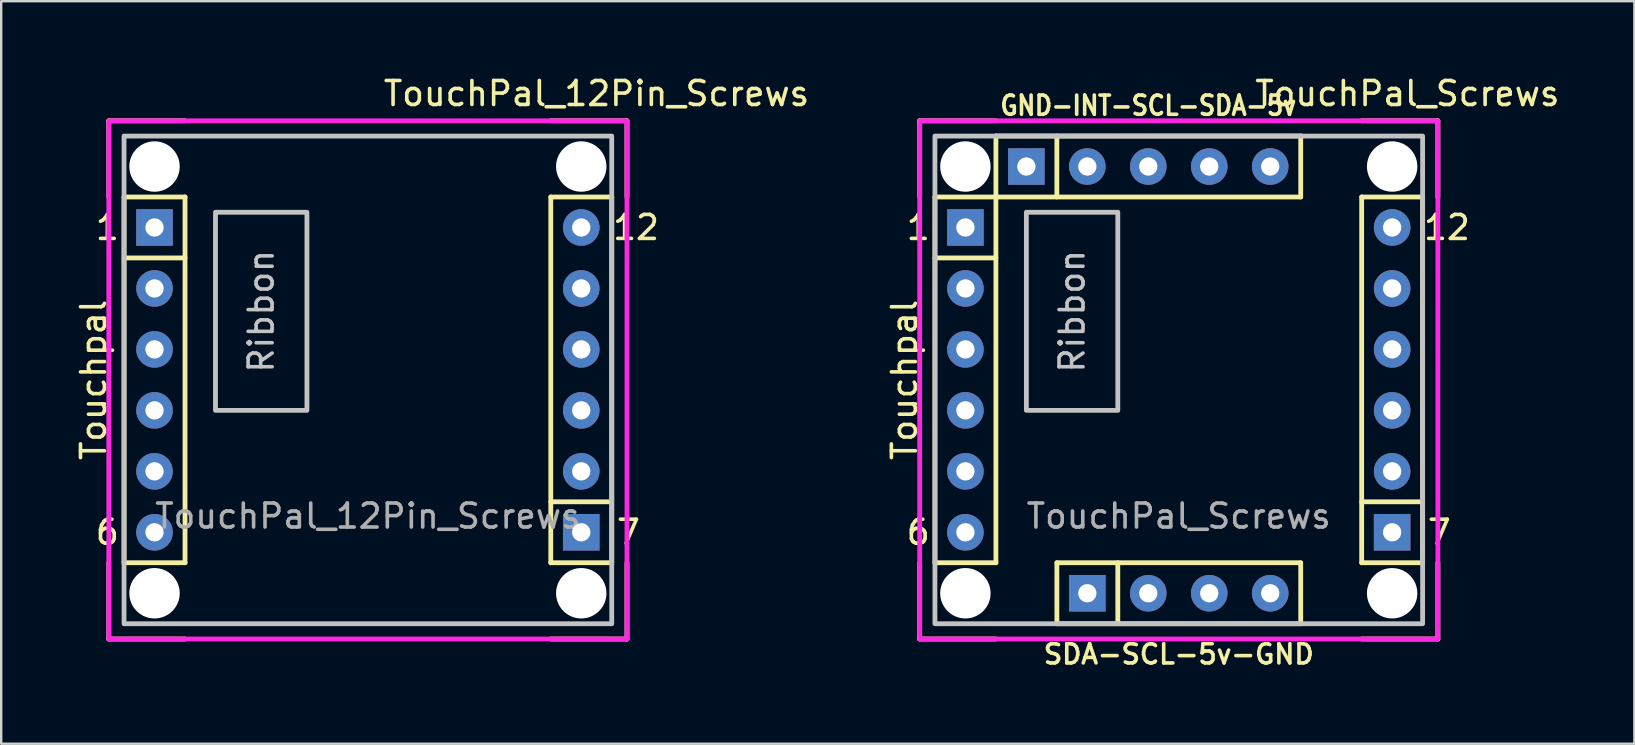
<source format=kicad_pcb>
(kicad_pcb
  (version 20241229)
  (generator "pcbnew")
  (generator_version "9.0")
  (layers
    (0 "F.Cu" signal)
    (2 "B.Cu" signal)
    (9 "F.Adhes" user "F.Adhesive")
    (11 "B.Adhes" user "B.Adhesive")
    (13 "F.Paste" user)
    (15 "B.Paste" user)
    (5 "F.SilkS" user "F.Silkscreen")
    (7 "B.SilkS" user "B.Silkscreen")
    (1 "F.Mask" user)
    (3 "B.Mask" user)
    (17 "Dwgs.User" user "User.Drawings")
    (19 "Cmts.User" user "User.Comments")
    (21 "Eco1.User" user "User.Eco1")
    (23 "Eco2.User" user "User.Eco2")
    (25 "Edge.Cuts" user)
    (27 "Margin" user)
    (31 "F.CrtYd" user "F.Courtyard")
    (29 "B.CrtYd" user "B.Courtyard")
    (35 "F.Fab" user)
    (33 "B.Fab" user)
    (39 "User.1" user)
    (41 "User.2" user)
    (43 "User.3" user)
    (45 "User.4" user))
  (footprint "TouchPal_12Pin_Screws"
    (layer "F.Cu")
    (at 12.278 12.778)
    (property "Reference" "TouchPal_12Pin_Screws" (at 9.525 -11.93 0) (unlocked yes) (layer "F.SilkS") (effects (font (size 1 1) (thickness 0.15))))
    (attr through_hole)
    (fp_line (start -10.795 -10.795) (end -10.795 -7.62) (stroke (width 0.2) (type solid)) (layer "F.SilkS"))
    (fp_line (start -10.795 10.795) (end -10.795 7.619) (stroke (width 0.2) (type solid)) (layer "F.SilkS"))
    (fp_line (start -10.16 -5.08) (end -7.62 -5.08) (stroke (width 0.2) (type solid)) (layer "F.SilkS"))
    (fp_line (start -10.159 -7.621) (end -10.159 7.619) (stroke (width 0.2) (type solid)) (layer "F.SilkS"))
    (fp_line (start -10.159 7.619) (end -7.619 7.619) (stroke (width 0.2) (type solid)) (layer "F.SilkS"))
    (fp_line (start -7.62 -10.795) (end -10.795 -10.795) (stroke (width 0.2) (type solid)) (layer "F.SilkS"))
    (fp_line (start -7.62 10.795) (end -10.795 10.795) (stroke (width 0.2) (type solid)) (layer "F.SilkS"))
    (fp_line (start -7.619 -7.621) (end -10.159 -7.621) (stroke (width 0.2) (type solid)) (layer "F.SilkS"))
    (fp_line (start -7.619 7.619) (end -7.619 -7.621) (stroke (width 0.2) (type solid)) (layer "F.SilkS"))
    (fp_line (start 7.62 -10.795) (end 10.795 -10.795) (stroke (width 0.2) (type solid)) (layer "F.SilkS"))
    (fp_line (start 7.621 -7.621) (end 7.621 7.619) (stroke (width 0.2) (type solid)) (layer "F.SilkS"))
    (fp_line (start 7.621 7.619) (end 10.161 7.619) (stroke (width 0.2) (type solid)) (layer "F.SilkS"))
    (fp_line (start 10.16 5.08) (end 7.62 5.08) (stroke (width 0.2) (type solid)) (layer "F.SilkS"))
    (fp_line (start 10.161 -7.621) (end 7.621 -7.621) (stroke (width 0.2) (type solid)) (layer "F.SilkS"))
    (fp_line (start 10.161 7.619) (end 10.161 -7.621) (stroke (width 0.2) (type solid)) (layer "F.SilkS"))
    (fp_line (start 10.795 -10.795) (end 10.795 -7.62) (stroke (width 0.2) (type solid)) (layer "F.SilkS"))
    (fp_line (start 10.795 7.619) (end 10.795 10.795) (stroke (width 0.2) (type solid)) (layer "F.SilkS"))
    (fp_line (start 10.795 10.795) (end 7.62 10.795) (stroke (width 0.2) (type solid)) (layer "F.SilkS"))
    (fp_rect (start -10.16 -10.16) (end 10.16 10.16) (stroke (width 0.2) (type solid)) (fill no) (layer "Dwgs.User"))
    (fp_rect (start -6.35 -6.985) (end -2.54 1.27) (stroke (width 0.2) (type solid)) (fill no) (layer "Dwgs.User"))
    (fp_rect (start -10.795 -10.795) (end 10.795 10.795) (stroke (width 0.2) (type solid)) (fill no) (layer "F.CrtYd"))
    (fp_text user "1" (at -11.43 -6.35 0) (unlocked yes) (layer "F.SilkS") (effects (font (size 1 1) (thickness 0.15)) (justify left)))
    (fp_text user "6" (at -11.43 6.35 0) (unlocked yes) (layer "F.SilkS") (effects (font (size 1 1) (thickness 0.15)) (justify left)))
    (fp_text user "7" (at 11.43 6.35 0) (unlocked yes) (layer "F.SilkS") (effects (font (size 1 1) (thickness 0.15)) (justify right)))
    (fp_text user "Touchpal" (at -11.43 0 90) (unlocked yes) (layer "F.SilkS") (effects (font (size 1 1) (thickness 0.15))))
    (fp_text user "12" (at 12.224 -6.35 0) (unlocked yes) (layer "F.SilkS") (effects (font (size 1 1) (thickness 0.15)) (justify right)))
    (fp_text user "Ribbon" (at -4.445 -2.857 90) (unlocked yes) (layer "Dwgs.User") (effects (font (size 1 1) (thickness 0.15))))
    (fp_text user "${REFERENCE}" (at 0 5.675 0) (unlocked yes) (layer "F.Fab") (effects (font (size 1 1) (thickness 0.15))))
    (pad "" np_thru_hole circle (at -8.89 -8.89) (size 2.1 2.1) (drill 2.1) (layers "*.Cu" "*.Mask"))
    (pad "" np_thru_hole circle (at -8.89 8.89) (size 2.1 2.1) (drill 2.1) (layers "*.Cu" "*.Mask"))
    (pad "" np_thru_hole circle (at 8.89 -8.89) (size 2.1 2.1) (drill 2.1) (layers "*.Cu" "*.Mask"))
    (pad "" np_thru_hole circle (at 8.89 8.89) (size 2.1 2.1) (drill 2.1) (layers "*.Cu" "*.Mask"))
    (pad "1" thru_hole rect (at -8.89 -6.35) (size 1.524 1.524) (drill 0.762) (layers "*.Cu" "*.Mask"))
    (pad "2" thru_hole circle (at -8.89 -3.81) (size 1.524 1.524) (drill 0.762) (layers "*.Cu" "*.Mask"))
    (pad "3" thru_hole circle (at -8.89 -1.27) (size 1.524 1.524) (drill 0.762) (layers "*.Cu" "*.Mask"))
    (pad "4" thru_hole circle (at -8.89 1.27) (size 1.524 1.524) (drill 0.762) (layers "*.Cu" "*.Mask"))
    (pad "5" thru_hole circle (at -8.89 3.81) (size 1.524 1.524) (drill 0.762) (layers "*.Cu" "*.Mask"))
    (pad "6" thru_hole circle (at -8.89 6.35) (size 1.524 1.524) (drill 0.762) (layers "*.Cu" "*.Mask"))
    (pad "7" thru_hole rect (at 8.89 6.35) (size 1.524 1.524) (drill 0.762) (layers "*.Cu" "*.Mask"))
    (pad "8" thru_hole circle (at 8.89 3.81) (size 1.524 1.524) (drill 0.762) (layers "*.Cu" "*.Mask"))
    (pad "9" thru_hole circle (at 8.89 1.27) (size 1.524 1.524) (drill 0.762) (layers "*.Cu" "*.Mask"))
    (pad "10" thru_hole circle (at 8.89 -1.27) (size 1.524 1.524) (drill 0.762) (layers "*.Cu" "*.Mask"))
    (pad "11" thru_hole circle (at 8.89 -3.81) (size 1.524 1.524) (drill 0.762) (layers "*.Cu" "*.Mask"))
    (pad "12" thru_hole circle (at 8.89 -6.35) (size 1.524 1.524) (drill 0.762) (layers "*.Cu" "*.Mask")))
  (footprint "TouchPal_Screws"
    (layer "F.Cu")
    (at 46.064 12.778)
    (property "Reference" "TouchPal_Screws" (at 9.525 -11.93 0) (unlocked yes) (layer "F.SilkS") (effects (font (size 1 1) (thickness 0.15))))
    (attr through_hole)
    (fp_line (start -10.795 -10.795) (end -10.795 -7.62) (stroke (width 0.2) (type solid)) (layer "F.SilkS"))
    (fp_line (start -10.795 10.795) (end -10.795 7.619) (stroke (width 0.2) (type solid)) (layer "F.SilkS"))
    (fp_line (start -10.16 -5.08) (end -7.62 -5.08) (stroke (width 0.2) (type solid)) (layer "F.SilkS"))
    (fp_line (start -10.159 -7.621) (end -10.159 7.619) (stroke (width 0.2) (type solid)) (layer "F.SilkS"))
    (fp_line (start -10.159 7.619) (end -7.619 7.619) (stroke (width 0.2) (type solid)) (layer "F.SilkS"))
    (fp_line (start -7.62 -10.795) (end -10.795 -10.795) (stroke (width 0.2) (type solid)) (layer "F.SilkS"))
    (fp_line (start -7.62 10.795) (end -10.795 10.795) (stroke (width 0.2) (type solid)) (layer "F.SilkS"))
    (fp_line (start -7.619 -10.161) (end -7.619 -7.621) (stroke (width 0.2) (type solid)) (layer "F.SilkS"))
    (fp_line (start -7.619 -7.621) (end -10.159 -7.621) (stroke (width 0.2) (type solid)) (layer "F.SilkS"))
    (fp_line (start -7.619 -7.621) (end 5.081 -7.621) (stroke (width 0.2) (type solid)) (layer "F.SilkS"))
    (fp_line (start -7.619 7.619) (end -7.619 -7.621) (stroke (width 0.2) (type solid)) (layer "F.SilkS"))
    (fp_line (start -5.08 -7.62) (end -5.08 -10.16) (stroke (width 0.2) (type solid)) (layer "F.SilkS"))
    (fp_line (start -5.079 7.619) (end -5.079 10.159) (stroke (width 0.2) (type solid)) (layer "F.SilkS"))
    (fp_line (start -5.079 10.159) (end 5.081 10.159) (stroke (width 0.2) (type solid)) (layer "F.SilkS"))
    (fp_line (start -2.54 7.62) (end -2.54 10.16) (stroke (width 0.2) (type solid)) (layer "F.SilkS"))
    (fp_line (start 5.081 -10.161) (end -7.619 -10.161) (stroke (width 0.2) (type solid)) (layer "F.SilkS"))
    (fp_line (start 5.081 -7.621) (end 5.081 -10.161) (stroke (width 0.2) (type solid)) (layer "F.SilkS"))
    (fp_line (start 5.081 7.619) (end -5.079 7.619) (stroke (width 0.2) (type solid)) (layer "F.SilkS"))
    (fp_line (start 5.081 10.159) (end 5.081 7.619) (stroke (width 0.2) (type solid)) (layer "F.SilkS"))
    (fp_line (start 7.62 -10.795) (end 10.795 -10.795) (stroke (width 0.2) (type solid)) (layer "F.SilkS"))
    (fp_line (start 7.621 -7.621) (end 7.621 7.619) (stroke (width 0.2) (type solid)) (layer "F.SilkS"))
    (fp_line (start 7.621 7.619) (end 10.161 7.619) (stroke (width 0.2) (type solid)) (layer "F.SilkS"))
    (fp_line (start 10.16 5.08) (end 7.62 5.08) (stroke (width 0.2) (type solid)) (layer "F.SilkS"))
    (fp_line (start 10.161 -7.621) (end 7.621 -7.621) (stroke (width 0.2) (type solid)) (layer "F.SilkS"))
    (fp_line (start 10.161 7.619) (end 10.161 -7.621) (stroke (width 0.2) (type solid)) (layer "F.SilkS"))
    (fp_line (start 10.795 -10.795) (end 10.795 -7.62) (stroke (width 0.2) (type solid)) (layer "F.SilkS"))
    (fp_line (start 10.795 7.619) (end 10.795 10.795) (stroke (width 0.2) (type solid)) (layer "F.SilkS"))
    (fp_line (start 10.795 10.795) (end 7.62 10.795) (stroke (width 0.2) (type solid)) (layer "F.SilkS"))
    (fp_rect (start -10.16 -10.16) (end 10.16 10.16) (stroke (width 0.2) (type solid)) (fill no) (layer "Dwgs.User"))
    (fp_rect (start -6.35 -6.985) (end -2.54 1.27) (stroke (width 0.2) (type solid)) (fill no) (layer "Dwgs.User"))
    (fp_rect (start -10.795 -10.795) (end 10.795 10.795) (stroke (width 0.2) (type solid)) (fill no) (layer "F.CrtYd"))
    (fp_text user "SDA-SCL-5v-GND" (at 0 11.43 0) (unlocked yes) (layer "F.SilkS") (effects (font (size 0.8 0.8) (thickness 0.15))))
    (fp_text user "12" (at 12.224 -6.35 0) (unlocked yes) (layer "F.SilkS") (effects (font (size 1 1) (thickness 0.15)) (justify right)))
    (fp_text user "1" (at -11.43 -6.35 0) (unlocked yes) (layer "F.SilkS") (effects (font (size 1 1) (thickness 0.15)) (justify left)))
    (fp_text user "GND-INT-SCL-SDA-5v" (at -1.27 -11.43 0) (unlocked yes) (layer "F.SilkS") (effects (font (size 0.8 0.7) (thickness 0.15))))
    (fp_text user "7" (at 11.43 6.35 0) (unlocked yes) (layer "F.SilkS") (effects (font (size 1 1) (thickness 0.15)) (justify right)))
    (fp_text user "Touchpal" (at -11.43 0 90) (unlocked yes) (layer "F.SilkS") (effects (font (size 1 1) (thickness 0.15))))
    (fp_text user "6" (at -11.43 6.35 0) (unlocked yes) (layer "F.SilkS") (effects (font (size 1 1) (thickness 0.15)) (justify left)))
    (fp_text user "Ribbon" (at -4.445 -2.857 90) (unlocked yes) (layer "Dwgs.User") (effects (font (size 1 1) (thickness 0.15))))
    (fp_text user "${REFERENCE}" (at 0 5.675 0) (unlocked yes) (layer "F.Fab") (effects (font (size 1 1) (thickness 0.15))))
    (pad "" np_thru_hole circle (at -8.89 -8.89) (size 2.1 2.1) (drill 2.1) (layers "*.Cu" "*.Mask"))
    (pad "" np_thru_hole circle (at -8.89 8.89) (size 2.1 2.1) (drill 2.1) (layers "*.Cu" "*.Mask"))
    (pad "" np_thru_hole circle (at 8.89 -8.89) (size 2.1 2.1) (drill 2.1) (layers "*.Cu" "*.Mask"))
    (pad "" np_thru_hole circle (at 8.89 8.89) (size 2.1 2.1) (drill 2.1) (layers "*.Cu" "*.Mask"))
    (pad "1" thru_hole rect (at -8.89 -6.35) (size 1.524 1.524) (drill 0.762) (layers "*.Cu" "*.Mask"))
    (pad "2" thru_hole circle (at -8.89 -3.81) (size 1.524 1.524) (drill 0.762) (layers "*.Cu" "*.Mask"))
    (pad "3" thru_hole circle (at -8.89 -1.27) (size 1.524 1.524) (drill 0.762) (layers "*.Cu" "*.Mask"))
    (pad "4" thru_hole circle (at -8.89 1.27) (size 1.524 1.524) (drill 0.762) (layers "*.Cu" "*.Mask"))
    (pad "5" thru_hole circle (at -8.89 3.81) (size 1.524 1.524) (drill 0.762) (layers "*.Cu" "*.Mask"))
    (pad "6" thru_hole circle (at -8.89 6.35) (size 1.524 1.524) (drill 0.762) (layers "*.Cu" "*.Mask"))
    (pad "7" thru_hole rect (at 8.89 6.35) (size 1.524 1.524) (drill 0.762) (layers "*.Cu" "*.Mask"))
    (pad "8" thru_hole circle (at 8.89 3.81) (size 1.524 1.524) (drill 0.762) (layers "*.Cu" "*.Mask"))
    (pad "9" thru_hole circle (at 8.89 1.27) (size 1.524 1.524) (drill 0.762) (layers "*.Cu" "*.Mask"))
    (pad "10" thru_hole circle (at 8.89 -1.27) (size 1.524 1.524) (drill 0.762) (layers "*.Cu" "*.Mask"))
    (pad "11" thru_hole circle (at 8.89 -3.81) (size 1.524 1.524) (drill 0.762) (layers "*.Cu" "*.Mask"))
    (pad "12" thru_hole circle (at 8.89 -6.35) (size 1.524 1.524) (drill 0.762) (layers "*.Cu" "*.Mask"))
    (pad "13" thru_hole rect (at -3.81 8.89) (size 1.524 1.524) (drill 0.762) (layers "*.Cu" "*.Mask"))
    (pad "14" thru_hole circle (at -1.27 8.89) (size 1.524 1.524) (drill 0.762) (layers "*.Cu" "*.Mask"))
    (pad "15" thru_hole circle (at 1.27 8.89) (size 1.524 1.524) (drill 0.762) (layers "*.Cu" "*.Mask"))
    (pad "16" thru_hole circle (at 3.81 8.89) (size 1.524 1.524) (drill 0.762) (layers "*.Cu" "*.Mask"))
    (pad "17" thru_hole rect (at -6.35 -8.89) (size 1.524 1.524) (drill 0.762) (layers "*.Cu" "*.Mask"))
    (pad "18" thru_hole circle (at -3.81 -8.89) (size 1.524 1.524) (drill 0.762) (layers "*.Cu" "*.Mask"))
    (pad "19" thru_hole circle (at -1.27 -8.89) (size 1.524 1.524) (drill 0.762) (layers "*.Cu" "*.Mask"))
    (pad "20" thru_hole circle (at 1.27 -8.89) (size 1.524 1.524) (drill 0.762) (layers "*.Cu" "*.Mask"))
    (pad "21" thru_hole circle (at 3.81 -8.89) (size 1.524 1.524) (drill 0.762) (layers "*.Cu" "*.Mask")))
  (gr_rect
    (start -3 -3)
    (end 65.047 27.939)
    (stroke (width 0.1) (type default))
    (fill no)
    (layer "Edge.Cuts")))
</source>
